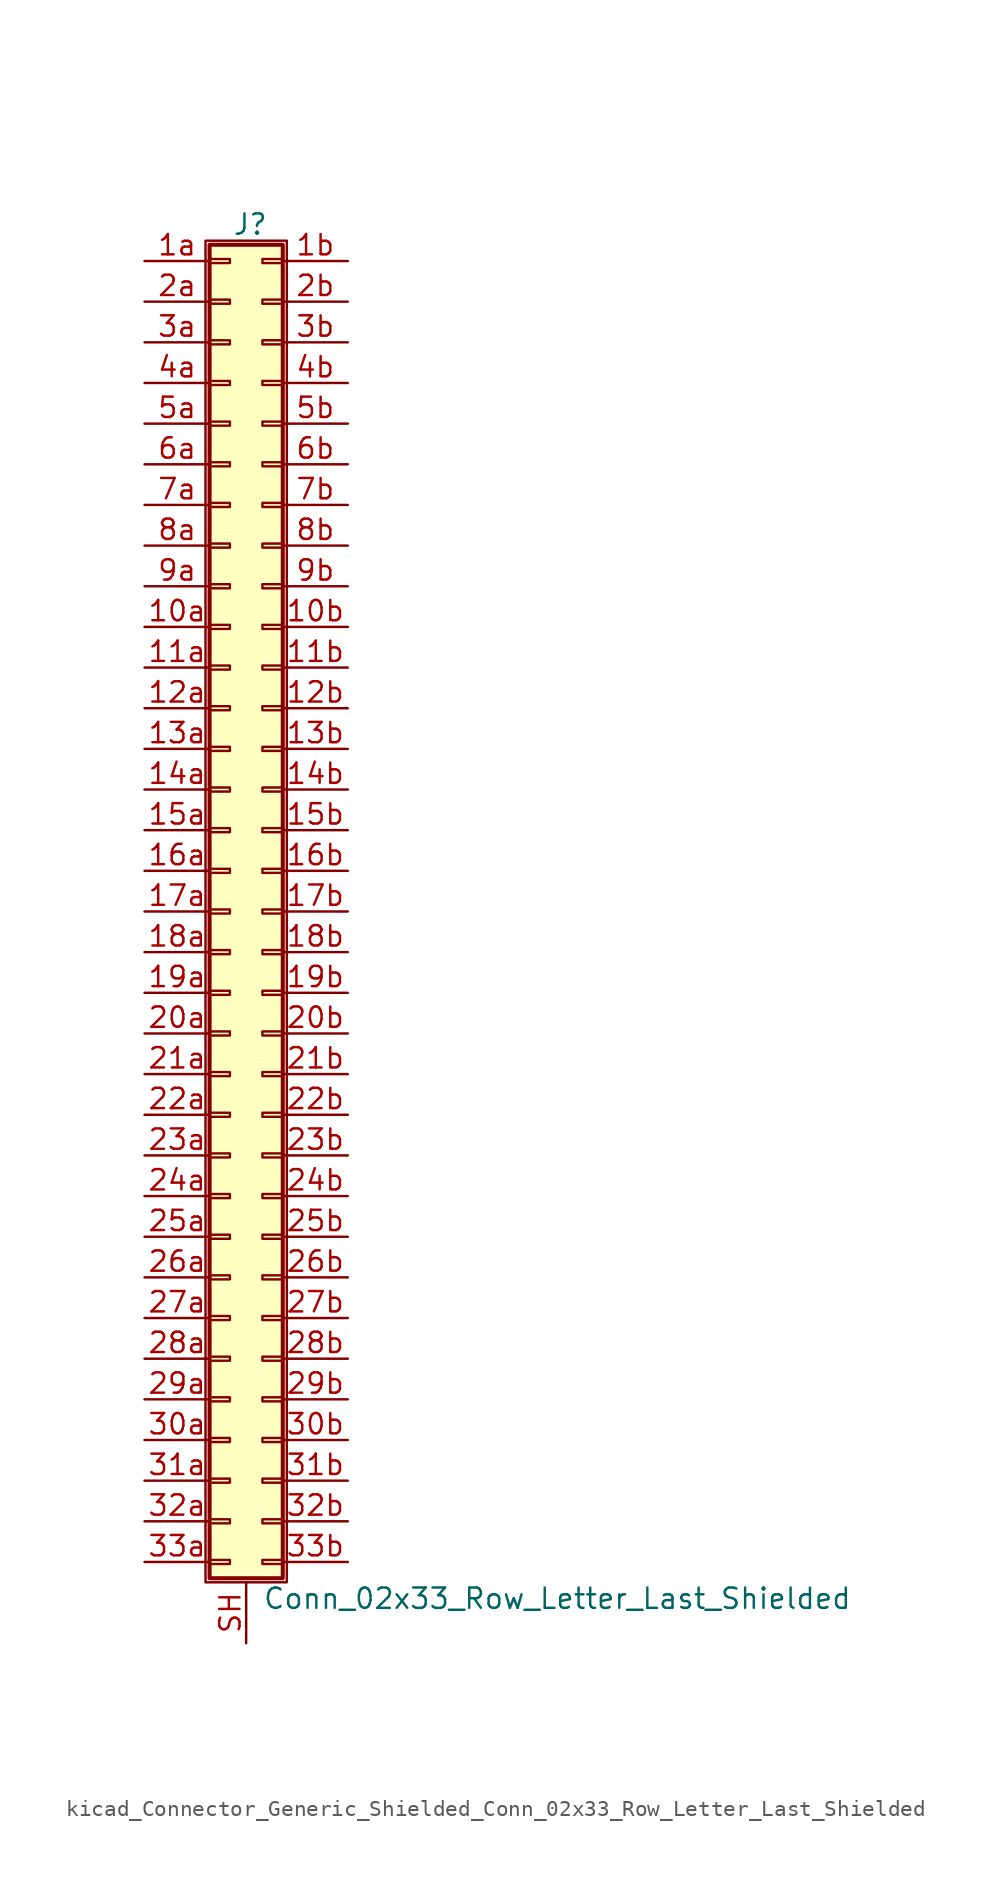
<source format=kicad_sym>
(kicad_symbol_lib
  (version 20220914)
  (generator kicad_symbol_editor)
  (symbol "kicad_Connector_Generic_Shielded_Conn_02x33_Row_Letter_Last_Shielded"
    (pin_names
      (offset 1.016) hide)
    (property "Reference" "J"
      (at 1.524 42.926 0)
      (effects (font (size 1.27 1.27))))
    (property "Value" "Conn_02x33_Row_Letter_Last_Shielded"
      (at 2.286 -42.926 0)
      (effects (font (size 1.27 1.27)) (justify left)))
    (symbol "kicad_Connector_Generic_Shielded_Conn_02x33_Row_Letter_Last_Shielded_1_1"
      (rectangle (start -1.27 41.91) (end 3.81 -41.91) (stroke (width 0.152) (type default)) (fill (type none)))
      (rectangle (start -1.016 -40.513) (end 0.254 -40.767) (stroke (width 0.152) (type default)) (fill (type none)))
      (rectangle (start -1.016 -37.973) (end 0.254 -38.227) (stroke (width 0.152) (type default)) (fill (type none)))
      (rectangle (start -1.016 -35.433) (end 0.254 -35.687) (stroke (width 0.152) (type default)) (fill (type none)))
      (rectangle (start -1.016 -32.893) (end 0.254 -33.147) (stroke (width 0.152) (type default)) (fill (type none)))
      (rectangle (start -1.016 -30.353) (end 0.254 -30.607) (stroke (width 0.152) (type default)) (fill (type none)))
      (rectangle (start -1.016 -27.813) (end 0.254 -28.067) (stroke (width 0.152) (type default)) (fill (type none)))
      (rectangle (start -1.016 -25.273) (end 0.254 -25.527) (stroke (width 0.152) (type default)) (fill (type none)))
      (rectangle (start -1.016 -22.733) (end 0.254 -22.987) (stroke (width 0.152) (type default)) (fill (type none)))
      (rectangle (start -1.016 -20.193) (end 0.254 -20.447) (stroke (width 0.152) (type default)) (fill (type none)))
      (rectangle (start -1.016 -17.653) (end 0.254 -17.907) (stroke (width 0.152) (type default)) (fill (type none)))
      (rectangle (start -1.016 -15.113) (end 0.254 -15.367) (stroke (width 0.152) (type default)) (fill (type none)))
      (rectangle (start -1.016 -12.573) (end 0.254 -12.827) (stroke (width 0.152) (type default)) (fill (type none)))
      (rectangle (start -1.016 -10.033) (end 0.254 -10.287) (stroke (width 0.152) (type default)) (fill (type none)))
      (rectangle (start -1.016 -7.493) (end 0.254 -7.747) (stroke (width 0.152) (type default)) (fill (type none)))
      (rectangle (start -1.016 -4.953) (end 0.254 -5.207) (stroke (width 0.152) (type default)) (fill (type none)))
      (rectangle (start -1.016 -2.413) (end 0.254 -2.667) (stroke (width 0.152) (type default)) (fill (type none)))
      (rectangle (start -1.016 0.127) (end 0.254 -0.127) (stroke (width 0.152) (type default)) (fill (type none)))
      (rectangle (start -1.016 2.667) (end 0.254 2.413) (stroke (width 0.152) (type default)) (fill (type none)))
      (rectangle (start -1.016 5.207) (end 0.254 4.953) (stroke (width 0.152) (type default)) (fill (type none)))
      (rectangle (start -1.016 7.747) (end 0.254 7.493) (stroke (width 0.152) (type default)) (fill (type none)))
      (rectangle (start -1.016 10.287) (end 0.254 10.033) (stroke (width 0.152) (type default)) (fill (type none)))
      (rectangle (start -1.016 12.827) (end 0.254 12.573) (stroke (width 0.152) (type default)) (fill (type none)))
      (rectangle (start -1.016 15.367) (end 0.254 15.113) (stroke (width 0.152) (type default)) (fill (type none)))
      (rectangle (start -1.016 17.907) (end 0.254 17.653) (stroke (width 0.152) (type default)) (fill (type none)))
      (rectangle (start -1.016 20.447) (end 0.254 20.193) (stroke (width 0.152) (type default)) (fill (type none)))
      (rectangle (start -1.016 22.987) (end 0.254 22.733) (stroke (width 0.152) (type default)) (fill (type none)))
      (rectangle (start -1.016 25.527) (end 0.254 25.273) (stroke (width 0.152) (type default)) (fill (type none)))
      (rectangle (start -1.016 28.067) (end 0.254 27.813) (stroke (width 0.152) (type default)) (fill (type none)))
      (rectangle (start -1.016 30.607) (end 0.254 30.353) (stroke (width 0.152) (type default)) (fill (type none)))
      (rectangle (start -1.016 33.147) (end 0.254 32.893) (stroke (width 0.152) (type default)) (fill (type none)))
      (rectangle (start -1.016 35.687) (end 0.254 35.433) (stroke (width 0.152) (type default)) (fill (type none)))
      (rectangle (start -1.016 38.227) (end 0.254 37.973) (stroke (width 0.152) (type default)) (fill (type none)))
      (rectangle (start -1.016 40.767) (end 0.254 40.513) (stroke (width 0.152) (type default)) (fill (type none)))
      (rectangle (start -1.016 41.656) (end 3.556 -41.656) (stroke (width 0.254) (type default)) (fill (type background)))
      (rectangle (start 3.556 -40.513) (end 2.286 -40.767) (stroke (width 0.152) (type default)) (fill (type none)))
      (rectangle (start 3.556 -37.973) (end 2.286 -38.227) (stroke (width 0.152) (type default)) (fill (type none)))
      (rectangle (start 3.556 -35.433) (end 2.286 -35.687) (stroke (width 0.152) (type default)) (fill (type none)))
      (rectangle (start 3.556 -32.893) (end 2.286 -33.147) (stroke (width 0.152) (type default)) (fill (type none)))
      (rectangle (start 3.556 -30.353) (end 2.286 -30.607) (stroke (width 0.152) (type default)) (fill (type none)))
      (rectangle (start 3.556 -27.813) (end 2.286 -28.067) (stroke (width 0.152) (type default)) (fill (type none)))
      (rectangle (start 3.556 -25.273) (end 2.286 -25.527) (stroke (width 0.152) (type default)) (fill (type none)))
      (rectangle (start 3.556 -22.733) (end 2.286 -22.987) (stroke (width 0.152) (type default)) (fill (type none)))
      (rectangle (start 3.556 -20.193) (end 2.286 -20.447) (stroke (width 0.152) (type default)) (fill (type none)))
      (rectangle (start 3.556 -17.653) (end 2.286 -17.907) (stroke (width 0.152) (type default)) (fill (type none)))
      (rectangle (start 3.556 -15.113) (end 2.286 -15.367) (stroke (width 0.152) (type default)) (fill (type none)))
      (rectangle (start 3.556 -12.573) (end 2.286 -12.827) (stroke (width 0.152) (type default)) (fill (type none)))
      (rectangle (start 3.556 -10.033) (end 2.286 -10.287) (stroke (width 0.152) (type default)) (fill (type none)))
      (rectangle (start 3.556 -7.493) (end 2.286 -7.747) (stroke (width 0.152) (type default)) (fill (type none)))
      (rectangle (start 3.556 -4.953) (end 2.286 -5.207) (stroke (width 0.152) (type default)) (fill (type none)))
      (rectangle (start 3.556 -2.413) (end 2.286 -2.667) (stroke (width 0.152) (type default)) (fill (type none)))
      (rectangle (start 3.556 0.127) (end 2.286 -0.127) (stroke (width 0.152) (type default)) (fill (type none)))
      (rectangle (start 3.556 2.667) (end 2.286 2.413) (stroke (width 0.152) (type default)) (fill (type none)))
      (rectangle (start 3.556 5.207) (end 2.286 4.953) (stroke (width 0.152) (type default)) (fill (type none)))
      (rectangle (start 3.556 7.747) (end 2.286 7.493) (stroke (width 0.152) (type default)) (fill (type none)))
      (rectangle (start 3.556 10.287) (end 2.286 10.033) (stroke (width 0.152) (type default)) (fill (type none)))
      (rectangle (start 3.556 12.827) (end 2.286 12.573) (stroke (width 0.152) (type default)) (fill (type none)))
      (rectangle (start 3.556 15.367) (end 2.286 15.113) (stroke (width 0.152) (type default)) (fill (type none)))
      (rectangle (start 3.556 17.907) (end 2.286 17.653) (stroke (width 0.152) (type default)) (fill (type none)))
      (rectangle (start 3.556 20.447) (end 2.286 20.193) (stroke (width 0.152) (type default)) (fill (type none)))
      (rectangle (start 3.556 22.987) (end 2.286 22.733) (stroke (width 0.152) (type default)) (fill (type none)))
      (rectangle (start 3.556 25.527) (end 2.286 25.273) (stroke (width 0.152) (type default)) (fill (type none)))
      (rectangle (start 3.556 28.067) (end 2.286 27.813) (stroke (width 0.152) (type default)) (fill (type none)))
      (rectangle (start 3.556 30.607) (end 2.286 30.353) (stroke (width 0.152) (type default)) (fill (type none)))
      (rectangle (start 3.556 33.147) (end 2.286 32.893) (stroke (width 0.152) (type default)) (fill (type none)))
      (rectangle (start 3.556 35.687) (end 2.286 35.433) (stroke (width 0.152) (type default)) (fill (type none)))
      (rectangle (start 3.556 38.227) (end 2.286 37.973) (stroke (width 0.152) (type default)) (fill (type none)))
      (rectangle (start 3.556 40.767) (end 2.286 40.513) (stroke (width 0.152) (type default)) (fill (type none)))
      (pin passive line (at -5.08 17.78 0) (length 4.064) (name "Pin_10a" (effects (font (size 1.27 1.27)))) (number "10a" (effects (font (size 1.27 1.27)))))
      (pin passive line (at 7.62 17.78 180) (length 4.064) (name "Pin_10b" (effects (font (size 1.27 1.27)))) (number "10b" (effects (font (size 1.27 1.27)))))
      (pin passive line (at -5.08 15.24 0) (length 4.064) (name "Pin_11a" (effects (font (size 1.27 1.27)))) (number "11a" (effects (font (size 1.27 1.27)))))
      (pin passive line (at 7.62 15.24 180) (length 4.064) (name "Pin_11b" (effects (font (size 1.27 1.27)))) (number "11b" (effects (font (size 1.27 1.27)))))
      (pin passive line (at -5.08 12.7 0) (length 4.064) (name "Pin_12a" (effects (font (size 1.27 1.27)))) (number "12a" (effects (font (size 1.27 1.27)))))
      (pin passive line (at 7.62 12.7 180) (length 4.064) (name "Pin_12b" (effects (font (size 1.27 1.27)))) (number "12b" (effects (font (size 1.27 1.27)))))
      (pin passive line (at -5.08 10.16 0) (length 4.064) (name "Pin_13a" (effects (font (size 1.27 1.27)))) (number "13a" (effects (font (size 1.27 1.27)))))
      (pin passive line (at 7.62 10.16 180) (length 4.064) (name "Pin_13b" (effects (font (size 1.27 1.27)))) (number "13b" (effects (font (size 1.27 1.27)))))
      (pin passive line (at -5.08 7.62 0) (length 4.064) (name "Pin_14a" (effects (font (size 1.27 1.27)))) (number "14a" (effects (font (size 1.27 1.27)))))
      (pin passive line (at 7.62 7.62 180) (length 4.064) (name "Pin_14b" (effects (font (size 1.27 1.27)))) (number "14b" (effects (font (size 1.27 1.27)))))
      (pin passive line (at -5.08 5.08 0) (length 4.064) (name "Pin_15a" (effects (font (size 1.27 1.27)))) (number "15a" (effects (font (size 1.27 1.27)))))
      (pin passive line (at 7.62 5.08 180) (length 4.064) (name "Pin_15b" (effects (font (size 1.27 1.27)))) (number "15b" (effects (font (size 1.27 1.27)))))
      (pin passive line (at -5.08 2.54 0) (length 4.064) (name "Pin_16a" (effects (font (size 1.27 1.27)))) (number "16a" (effects (font (size 1.27 1.27)))))
      (pin passive line (at 7.62 2.54 180) (length 4.064) (name "Pin_16b" (effects (font (size 1.27 1.27)))) (number "16b" (effects (font (size 1.27 1.27)))))
      (pin passive line (at -5.08 0 0) (length 4.064) (name "Pin_17a" (effects (font (size 1.27 1.27)))) (number "17a" (effects (font (size 1.27 1.27)))))
      (pin passive line (at 7.62 0 180) (length 4.064) (name "Pin_17b" (effects (font (size 1.27 1.27)))) (number "17b" (effects (font (size 1.27 1.27)))))
      (pin passive line (at -5.08 -2.54 0) (length 4.064) (name "Pin_18a" (effects (font (size 1.27 1.27)))) (number "18a" (effects (font (size 1.27 1.27)))))
      (pin passive line (at 7.62 -2.54 180) (length 4.064) (name "Pin_18b" (effects (font (size 1.27 1.27)))) (number "18b" (effects (font (size 1.27 1.27)))))
      (pin passive line (at -5.08 -5.08 0) (length 4.064) (name "Pin_19a" (effects (font (size 1.27 1.27)))) (number "19a" (effects (font (size 1.27 1.27)))))
      (pin passive line (at 7.62 -5.08 180) (length 4.064) (name "Pin_19b" (effects (font (size 1.27 1.27)))) (number "19b" (effects (font (size 1.27 1.27)))))
      (pin passive line (at -5.08 40.64 0) (length 4.064) (name "Pin_1a" (effects (font (size 1.27 1.27)))) (number "1a" (effects (font (size 1.27 1.27)))))
      (pin passive line (at 7.62 40.64 180) (length 4.064) (name "Pin_1b" (effects (font (size 1.27 1.27)))) (number "1b" (effects (font (size 1.27 1.27)))))
      (pin passive line (at -5.08 -7.62 0) (length 4.064) (name "Pin_20a" (effects (font (size 1.27 1.27)))) (number "20a" (effects (font (size 1.27 1.27)))))
      (pin passive line (at 7.62 -7.62 180) (length 4.064) (name "Pin_20b" (effects (font (size 1.27 1.27)))) (number "20b" (effects (font (size 1.27 1.27)))))
      (pin passive line (at -5.08 -10.16 0) (length 4.064) (name "Pin_21a" (effects (font (size 1.27 1.27)))) (number "21a" (effects (font (size 1.27 1.27)))))
      (pin passive line (at 7.62 -10.16 180) (length 4.064) (name "Pin_21b" (effects (font (size 1.27 1.27)))) (number "21b" (effects (font (size 1.27 1.27)))))
      (pin passive line (at -5.08 -12.7 0) (length 4.064) (name "Pin_22a" (effects (font (size 1.27 1.27)))) (number "22a" (effects (font (size 1.27 1.27)))))
      (pin passive line (at 7.62 -12.7 180) (length 4.064) (name "Pin_22b" (effects (font (size 1.27 1.27)))) (number "22b" (effects (font (size 1.27 1.27)))))
      (pin passive line (at -5.08 -15.24 0) (length 4.064) (name "Pin_23a" (effects (font (size 1.27 1.27)))) (number "23a" (effects (font (size 1.27 1.27)))))
      (pin passive line (at 7.62 -15.24 180) (length 4.064) (name "Pin_23b" (effects (font (size 1.27 1.27)))) (number "23b" (effects (font (size 1.27 1.27)))))
      (pin passive line (at -5.08 -17.78 0) (length 4.064) (name "Pin_24a" (effects (font (size 1.27 1.27)))) (number "24a" (effects (font (size 1.27 1.27)))))
      (pin passive line (at 7.62 -17.78 180) (length 4.064) (name "Pin_24b" (effects (font (size 1.27 1.27)))) (number "24b" (effects (font (size 1.27 1.27)))))
      (pin passive line (at -5.08 -20.32 0) (length 4.064) (name "Pin_25a" (effects (font (size 1.27 1.27)))) (number "25a" (effects (font (size 1.27 1.27)))))
      (pin passive line (at 7.62 -20.32 180) (length 4.064) (name "Pin_25b" (effects (font (size 1.27 1.27)))) (number "25b" (effects (font (size 1.27 1.27)))))
      (pin passive line (at -5.08 -22.86 0) (length 4.064) (name "Pin_26a" (effects (font (size 1.27 1.27)))) (number "26a" (effects (font (size 1.27 1.27)))))
      (pin passive line (at 7.62 -22.86 180) (length 4.064) (name "Pin_26b" (effects (font (size 1.27 1.27)))) (number "26b" (effects (font (size 1.27 1.27)))))
      (pin passive line (at -5.08 -25.4 0) (length 4.064) (name "Pin_27a" (effects (font (size 1.27 1.27)))) (number "27a" (effects (font (size 1.27 1.27)))))
      (pin passive line (at 7.62 -25.4 180) (length 4.064) (name "Pin_27b" (effects (font (size 1.27 1.27)))) (number "27b" (effects (font (size 1.27 1.27)))))
      (pin passive line (at -5.08 -27.94 0) (length 4.064) (name "Pin_28a" (effects (font (size 1.27 1.27)))) (number "28a" (effects (font (size 1.27 1.27)))))
      (pin passive line (at 7.62 -27.94 180) (length 4.064) (name "Pin_28b" (effects (font (size 1.27 1.27)))) (number "28b" (effects (font (size 1.27 1.27)))))
      (pin passive line (at -5.08 -30.48 0) (length 4.064) (name "Pin_29a" (effects (font (size 1.27 1.27)))) (number "29a" (effects (font (size 1.27 1.27)))))
      (pin passive line (at 7.62 -30.48 180) (length 4.064) (name "Pin_29b" (effects (font (size 1.27 1.27)))) (number "29b" (effects (font (size 1.27 1.27)))))
      (pin passive line (at -5.08 38.1 0) (length 4.064) (name "Pin_2a" (effects (font (size 1.27 1.27)))) (number "2a" (effects (font (size 1.27 1.27)))))
      (pin passive line (at 7.62 38.1 180) (length 4.064) (name "Pin_2b" (effects (font (size 1.27 1.27)))) (number "2b" (effects (font (size 1.27 1.27)))))
      (pin passive line (at -5.08 -33.02 0) (length 4.064) (name "Pin_30a" (effects (font (size 1.27 1.27)))) (number "30a" (effects (font (size 1.27 1.27)))))
      (pin passive line (at 7.62 -33.02 180) (length 4.064) (name "Pin_30b" (effects (font (size 1.27 1.27)))) (number "30b" (effects (font (size 1.27 1.27)))))
      (pin passive line (at -5.08 -35.56 0) (length 4.064) (name "Pin_31a" (effects (font (size 1.27 1.27)))) (number "31a" (effects (font (size 1.27 1.27)))))
      (pin passive line (at 7.62 -35.56 180) (length 4.064) (name "Pin_31b" (effects (font (size 1.27 1.27)))) (number "31b" (effects (font (size 1.27 1.27)))))
      (pin passive line (at -5.08 -38.1 0) (length 4.064) (name "Pin_32a" (effects (font (size 1.27 1.27)))) (number "32a" (effects (font (size 1.27 1.27)))))
      (pin passive line (at 7.62 -38.1 180) (length 4.064) (name "Pin_32b" (effects (font (size 1.27 1.27)))) (number "32b" (effects (font (size 1.27 1.27)))))
      (pin passive line (at -5.08 -40.64 0) (length 4.064) (name "Pin_33a" (effects (font (size 1.27 1.27)))) (number "33a" (effects (font (size 1.27 1.27)))))
      (pin passive line (at 7.62 -40.64 180) (length 4.064) (name "Pin_33b" (effects (font (size 1.27 1.27)))) (number "33b" (effects (font (size 1.27 1.27)))))
      (pin passive line (at -5.08 35.56 0) (length 4.064) (name "Pin_3a" (effects (font (size 1.27 1.27)))) (number "3a" (effects (font (size 1.27 1.27)))))
      (pin passive line (at 7.62 35.56 180) (length 4.064) (name "Pin_3b" (effects (font (size 1.27 1.27)))) (number "3b" (effects (font (size 1.27 1.27)))))
      (pin passive line (at -5.08 33.02 0) (length 4.064) (name "Pin_4a" (effects (font (size 1.27 1.27)))) (number "4a" (effects (font (size 1.27 1.27)))))
      (pin passive line (at 7.62 33.02 180) (length 4.064) (name "Pin_4b" (effects (font (size 1.27 1.27)))) (number "4b" (effects (font (size 1.27 1.27)))))
      (pin passive line (at -5.08 30.48 0) (length 4.064) (name "Pin_5a" (effects (font (size 1.27 1.27)))) (number "5a" (effects (font (size 1.27 1.27)))))
      (pin passive line (at 7.62 30.48 180) (length 4.064) (name "Pin_5b" (effects (font (size 1.27 1.27)))) (number "5b" (effects (font (size 1.27 1.27)))))
      (pin passive line (at -5.08 27.94 0) (length 4.064) (name "Pin_6a" (effects (font (size 1.27 1.27)))) (number "6a" (effects (font (size 1.27 1.27)))))
      (pin passive line (at 7.62 27.94 180) (length 4.064) (name "Pin_6b" (effects (font (size 1.27 1.27)))) (number "6b" (effects (font (size 1.27 1.27)))))
      (pin passive line (at -5.08 25.4 0) (length 4.064) (name "Pin_7a" (effects (font (size 1.27 1.27)))) (number "7a" (effects (font (size 1.27 1.27)))))
      (pin passive line (at 7.62 25.4 180) (length 4.064) (name "Pin_7b" (effects (font (size 1.27 1.27)))) (number "7b" (effects (font (size 1.27 1.27)))))
      (pin passive line (at -5.08 22.86 0) (length 4.064) (name "Pin_8a" (effects (font (size 1.27 1.27)))) (number "8a" (effects (font (size 1.27 1.27)))))
      (pin passive line (at 7.62 22.86 180) (length 4.064) (name "Pin_8b" (effects (font (size 1.27 1.27)))) (number "8b" (effects (font (size 1.27 1.27)))))
      (pin passive line (at -5.08 20.32 0) (length 4.064) (name "Pin_9a" (effects (font (size 1.27 1.27)))) (number "9a" (effects (font (size 1.27 1.27)))))
      (pin passive line (at 7.62 20.32 180) (length 4.064) (name "Pin_9b" (effects (font (size 1.27 1.27)))) (number "9b" (effects (font (size 1.27 1.27)))))
      (pin passive line (at 1.27 -45.72 90) (length 3.81) (name "Shield" (effects (font (size 1.27 1.27)))) (number "SH" (effects (font (size 1.27 1.27))))))))
</source>
